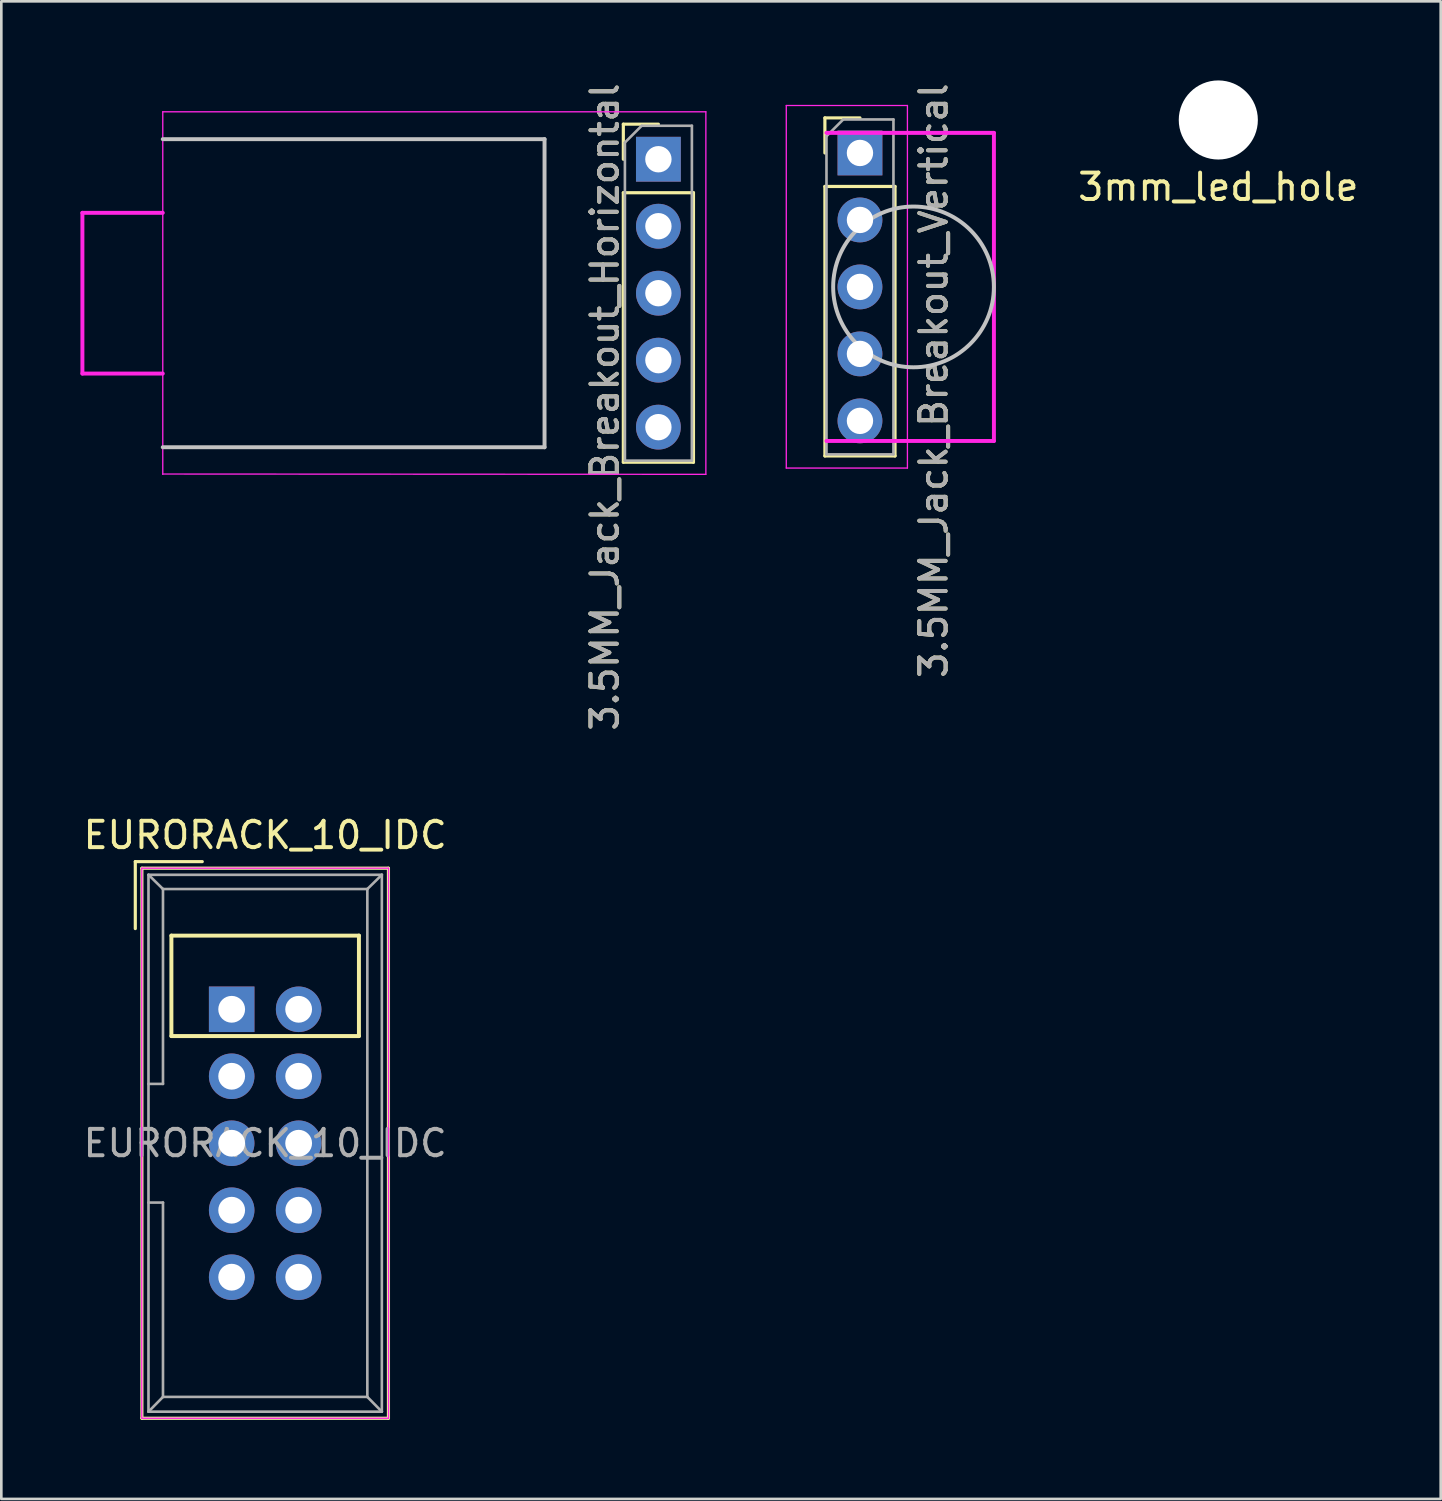
<source format=kicad_pcb>
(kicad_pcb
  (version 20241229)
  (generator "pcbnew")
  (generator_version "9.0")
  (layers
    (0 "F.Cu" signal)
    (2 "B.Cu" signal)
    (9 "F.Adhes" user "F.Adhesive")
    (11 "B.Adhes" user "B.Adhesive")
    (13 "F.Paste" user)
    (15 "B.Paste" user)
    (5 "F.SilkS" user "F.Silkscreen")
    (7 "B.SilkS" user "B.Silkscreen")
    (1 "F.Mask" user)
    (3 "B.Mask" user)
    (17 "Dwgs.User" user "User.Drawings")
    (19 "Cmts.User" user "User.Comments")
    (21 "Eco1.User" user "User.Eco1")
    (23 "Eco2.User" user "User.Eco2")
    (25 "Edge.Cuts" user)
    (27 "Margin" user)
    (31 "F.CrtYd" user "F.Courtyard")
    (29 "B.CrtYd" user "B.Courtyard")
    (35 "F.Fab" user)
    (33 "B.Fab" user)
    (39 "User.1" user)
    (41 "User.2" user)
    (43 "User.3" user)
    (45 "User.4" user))
  (footprint "EURORACK_10_IDC"
    (layer "F.Cu")
    (at 5.736 35.226)
    (property "Reference" "EURORACK_10_IDC" (at 1.27 -6.604 0) (layer "F.SilkS") (effects (font (size 1 1) (thickness 0.15))))
    (attr through_hole)
    (fp_line (start -3.655 -5.6) (end -3.655 -3.06) (stroke (width 0.12) (type solid)) (layer "F.SilkS"))
    (fp_line (start -3.655 -5.6) (end -1.115 -5.6) (stroke (width 0.12) (type solid)) (layer "F.SilkS"))
    (fp_line (start -3.405 -5.35) (end 5.945 -5.35) (stroke (width 0.12) (type solid)) (layer "F.SilkS"))
    (fp_line (start -3.405 15.51) (end -3.405 -5.35) (stroke (width 0.12) (type solid)) (layer "F.SilkS"))
    (fp_line (start -2.286 -2.794) (end 4.826 -2.794) (stroke (width 0.15) (type solid)) (layer "F.SilkS"))
    (fp_line (start -2.286 1.016) (end -2.286 -2.794) (stroke (width 0.15) (type solid)) (layer "F.SilkS"))
    (fp_line (start 4.826 -2.794) (end 4.826 1.016) (stroke (width 0.15) (type solid)) (layer "F.SilkS"))
    (fp_line (start 4.826 1.016) (end -2.286 1.016) (stroke (width 0.15) (type solid)) (layer "F.SilkS"))
    (fp_line (start 5.945 -5.35) (end 5.945 15.51) (stroke (width 0.12) (type solid)) (layer "F.SilkS"))
    (fp_line (start 5.945 15.51) (end -3.405 15.51) (stroke (width 0.12) (type solid)) (layer "F.SilkS"))
    (fp_line (start -3.41 -5.35) (end 5.95 -5.35) (stroke (width 0.05) (type solid)) (layer "F.CrtYd"))
    (fp_line (start -3.41 15.51) (end -3.41 -5.35) (stroke (width 0.05) (type solid)) (layer "F.CrtYd"))
    (fp_line (start 5.95 -5.35) (end 5.95 15.51) (stroke (width 0.05) (type solid)) (layer "F.CrtYd"))
    (fp_line (start 5.95 15.51) (end -3.41 15.51) (stroke (width 0.05) (type solid)) (layer "F.CrtYd"))
    (fp_line (start -3.155 -5.1) (end -3.155 15.26) (stroke (width 0.1) (type solid)) (layer "F.Fab"))
    (fp_line (start -3.155 -5.1) (end -2.605 -4.56) (stroke (width 0.1) (type solid)) (layer "F.Fab"))
    (fp_line (start -3.155 15.26) (end -2.605 14.7) (stroke (width 0.1) (type solid)) (layer "F.Fab"))
    (fp_line (start -2.605 -4.56) (end -2.605 2.83) (stroke (width 0.1) (type solid)) (layer "F.Fab"))
    (fp_line (start -2.605 2.83) (end -3.155 2.83) (stroke (width 0.1) (type solid)) (layer "F.Fab"))
    (fp_line (start -2.605 7.33) (end -3.155 7.33) (stroke (width 0.1) (type solid)) (layer "F.Fab"))
    (fp_line (start -2.605 7.33) (end -2.605 14.7) (stroke (width 0.1) (type solid)) (layer "F.Fab"))
    (fp_line (start 5.145 -4.56) (end -2.605 -4.56) (stroke (width 0.1) (type solid)) (layer "F.Fab"))
    (fp_line (start 5.145 -4.56) (end 5.145 14.7) (stroke (width 0.1) (type solid)) (layer "F.Fab"))
    (fp_line (start 5.145 14.7) (end -2.605 14.7) (stroke (width 0.1) (type solid)) (layer "F.Fab"))
    (fp_line (start 5.695 -5.1) (end -3.155 -5.1) (stroke (width 0.1) (type solid)) (layer "F.Fab"))
    (fp_line (start 5.695 -5.1) (end 5.145 -4.56) (stroke (width 0.1) (type solid)) (layer "F.Fab"))
    (fp_line (start 5.695 -5.1) (end 5.695 15.26) (stroke (width 0.1) (type solid)) (layer "F.Fab"))
    (fp_line (start 5.695 15.26) (end -3.155 15.26) (stroke (width 0.1) (type solid)) (layer "F.Fab"))
    (fp_line (start 5.695 15.26) (end 5.145 14.7) (stroke (width 0.1) (type solid)) (layer "F.Fab"))
    (fp_text user "${REFERENCE}" (at 1.27 5.08 0) (layer "F.Fab") (effects (font (size 1 1) (thickness 0.15))))
    (pad "1" thru_hole rect (at 0 0) (size 1.727 1.727) (drill 1.016) (layers "*.Cu" "*.Mask"))
    (pad "1" thru_hole oval (at 2.54 0) (size 1.727 1.727) (drill 1.016) (layers "*.Cu" "*.Mask"))
    (pad "3" thru_hole oval (at 0 2.54) (size 1.727 1.727) (drill 1.016) (layers "*.Cu" "*.Mask"))
    (pad "3" thru_hole oval (at 0 5.08) (size 1.727 1.727) (drill 1.016) (layers "*.Cu" "*.Mask"))
    (pad "3" thru_hole oval (at 0 7.62) (size 1.727 1.727) (drill 1.016) (layers "*.Cu" "*.Mask"))
    (pad "3" thru_hole oval (at 2.54 2.54) (size 1.727 1.727) (drill 1.016) (layers "*.Cu" "*.Mask"))
    (pad "3" thru_hole oval (at 2.54 5.08) (size 1.727 1.727) (drill 1.016) (layers "*.Cu" "*.Mask"))
    (pad "3" thru_hole oval (at 2.54 7.62) (size 1.727 1.727) (drill 1.016) (layers "*.Cu" "*.Mask"))
    (pad "9" thru_hole oval (at 0 10.16) (size 1.727 1.727) (drill 1.016) (layers "*.Cu" "*.Mask"))
    (pad "9" thru_hole oval (at 2.54 10.16) (size 1.727 1.727) (drill 1.016) (layers "*.Cu" "*.Mask")))
  (footprint "3.5MM_Jack_Breakout_Vertical"
    (layer "F.Cu")
    (at 31.595 7.831)
    (property "Reference" "3.5MM_Jack_Breakout_Vertical" (at 0.762 3.556 90) (layer "F.SilkS") (effects (font (size 1 1) (thickness 0.15))))
    (attr through_hole)
    (fp_line (start -3.362 -6.41) (end -2.032 -6.41) (stroke (width 0.12) (type solid)) (layer "F.SilkS"))
    (fp_line (start -3.362 -5.08) (end -3.362 -6.41) (stroke (width 0.12) (type solid)) (layer "F.SilkS"))
    (fp_line (start -3.362 -3.81) (end -3.362 6.41) (stroke (width 0.12) (type solid)) (layer "F.SilkS"))
    (fp_line (start -3.362 -3.81) (end -0.702 -3.81) (stroke (width 0.12) (type solid)) (layer "F.SilkS"))
    (fp_line (start -3.362 6.41) (end -0.702 6.41) (stroke (width 0.12) (type solid)) (layer "F.SilkS"))
    (fp_line (start -0.702 -3.81) (end -0.702 6.41) (stroke (width 0.12) (type solid)) (layer "F.SilkS"))
    (fp_circle (center 0 0) (end 3.048 0) (stroke (width 0.15) (type solid)) (fill no) (layer "Dwgs.User"))
    (fp_line (start -4.826 -6.88) (end -4.826 6.87) (stroke (width 0.05) (type solid)) (layer "F.CrtYd"))
    (fp_line (start -4.826 6.87) (end -0.232 6.87) (stroke (width 0.05) (type solid)) (layer "F.CrtYd"))
    (fp_line (start -3.302 5.842) (end 3.048 5.842) (stroke (width 0.15) (type solid)) (layer "F.CrtYd"))
    (fp_line (start -0.232 -6.88) (end -4.826 -6.88) (stroke (width 0.05) (type solid)) (layer "F.CrtYd"))
    (fp_line (start -0.232 6.87) (end -0.232 -6.88) (stroke (width 0.05) (type solid)) (layer "F.CrtYd"))
    (fp_line (start 3.048 -5.842) (end -3.302 -5.842) (stroke (width 0.15) (type solid)) (layer "F.CrtYd"))
    (fp_line (start 3.048 5.842) (end 3.048 -5.842) (stroke (width 0.15) (type solid)) (layer "F.CrtYd"))
    (fp_line (start -3.302 -5.715) (end -2.667 -6.35) (stroke (width 0.1) (type solid)) (layer "F.Fab"))
    (fp_line (start -3.302 6.35) (end -3.302 -5.715) (stroke (width 0.1) (type solid)) (layer "F.Fab"))
    (fp_line (start -2.667 -6.35) (end -0.762 -6.35) (stroke (width 0.1) (type solid)) (layer "F.Fab"))
    (fp_line (start -0.762 -6.35) (end -0.762 6.35) (stroke (width 0.1) (type solid)) (layer "F.Fab"))
    (fp_line (start -0.762 6.35) (end -3.302 6.35) (stroke (width 0.1) (type solid)) (layer "F.Fab"))
    (fp_text user "${REFERENCE}" (at 0.762 3.556 90) (layer "F.Fab") (effects (font (size 1 1) (thickness 0.15))))
    (pad "G" thru_hole rect (at -2.032 -5.08) (size 1.7 1.7) (drill 1) (layers "*.Cu" "*.Mask"))
    (pad "S" thru_hole oval (at -2.032 -2.54) (size 1.7 1.7) (drill 1) (layers "*.Cu" "*.Mask"))
    (pad "SN" thru_hole oval (at -2.032 0) (size 1.7 1.7) (drill 1) (layers "*.Cu" "*.Mask"))
    (pad "T" thru_hole oval (at -2.032 2.54) (size 1.7 1.7) (drill 1) (layers "*.Cu" "*.Mask"))
    (pad "TN" thru_hole oval (at -2.032 5.08) (size 1.7 1.7) (drill 1) (layers "*.Cu" "*.Mask")))
  (footprint "3mm_led_hole"
    (layer "F.Cu")
    (at 43.153 1.5)
    (property "Reference" "3mm_led_hole" (at 0 2.54 0) (unlocked yes) (layer "F.SilkS") (effects (font (size 1 1) (thickness 0.15))))
    (attr through_hole)
    (pad "" np_thru_hole circle (at 0 0) (size 3 3) (drill 3) (layers "*.Cu" "*.Mask")))
  (footprint "3.5MM_Jack_Breakout_Horizontal"
    (layer "F.Cu")
    (at 21.919 2.989)
    (property "Reference" "3.5MM_Jack_Breakout_Horizontal" (at -2.032 9.398 90) (layer "F.SilkS") (effects (font (size 1 1) (thickness 0.15))))
    (attr through_hole)
    (fp_line (start -1.33 -1.33) (end 0 -1.33) (stroke (width 0.12) (type solid)) (layer "F.SilkS"))
    (fp_line (start -1.33 0) (end -1.33 -1.33) (stroke (width 0.12) (type solid)) (layer "F.SilkS"))
    (fp_line (start -1.33 1.27) (end -1.33 11.49) (stroke (width 0.12) (type solid)) (layer "F.SilkS"))
    (fp_line (start -1.33 1.27) (end 1.33 1.27) (stroke (width 0.12) (type solid)) (layer "F.SilkS"))
    (fp_line (start -1.33 11.49) (end 1.33 11.49) (stroke (width 0.12) (type solid)) (layer "F.SilkS"))
    (fp_line (start 1.33 1.27) (end 1.33 11.49) (stroke (width 0.12) (type solid)) (layer "F.SilkS"))
    (fp_line (start -18.796 -0.762) (end -4.318 -0.762) (stroke (width 0.15) (type solid)) (layer "Dwgs.User"))
    (fp_line (start -4.318 -0.762) (end -4.318 10.922) (stroke (width 0.15) (type solid)) (layer "Dwgs.User"))
    (fp_line (start -4.318 10.922) (end -18.796 10.922) (stroke (width 0.15) (type solid)) (layer "Dwgs.User"))
    (fp_line (start -21.844 2.032) (end -21.844 8.128) (stroke (width 0.15) (type solid)) (layer "F.CrtYd"))
    (fp_line (start -21.844 8.128) (end -18.796 8.128) (stroke (width 0.15) (type solid)) (layer "F.CrtYd"))
    (fp_line (start -18.796 -1.8) (end -18.796 11.95) (stroke (width 0.05) (type solid)) (layer "F.CrtYd"))
    (fp_line (start -18.796 2.032) (end -21.844 2.032) (stroke (width 0.15) (type solid)) (layer "F.CrtYd"))
    (fp_line (start -18.796 11.938) (end 1.8 11.95) (stroke (width 0.05) (type solid)) (layer "F.CrtYd"))
    (fp_line (start 1.8 -1.8) (end -18.796 -1.8) (stroke (width 0.05) (type solid)) (layer "F.CrtYd"))
    (fp_line (start 1.8 11.95) (end 1.8 -1.8) (stroke (width 0.05) (type solid)) (layer "F.CrtYd"))
    (fp_line (start -1.27 -0.635) (end -0.635 -1.27) (stroke (width 0.1) (type solid)) (layer "F.Fab"))
    (fp_line (start -1.27 11.43) (end -1.27 -0.635) (stroke (width 0.1) (type solid)) (layer "F.Fab"))
    (fp_line (start -0.635 -1.27) (end 1.27 -1.27) (stroke (width 0.1) (type solid)) (layer "F.Fab"))
    (fp_line (start 1.27 -1.27) (end 1.27 11.43) (stroke (width 0.1) (type solid)) (layer "F.Fab"))
    (fp_line (start 1.27 11.43) (end -1.27 11.43) (stroke (width 0.1) (type solid)) (layer "F.Fab"))
    (fp_text user "${REFERENCE}" (at -2.032 9.398 90) (layer "F.Fab") (effects (font (size 1 1) (thickness 0.15))))
    (pad "G" thru_hole rect (at 0 0) (size 1.7 1.7) (drill 1) (layers "*.Cu" "*.Mask"))
    (pad "S" thru_hole oval (at 0 2.54) (size 1.7 1.7) (drill 1) (layers "*.Cu" "*.Mask"))
    (pad "SN" thru_hole oval (at 0 5.08) (size 1.7 1.7) (drill 1) (layers "*.Cu" "*.Mask"))
    (pad "T" thru_hole oval (at 0 7.62) (size 1.7 1.7) (drill 1) (layers "*.Cu" "*.Mask"))
    (pad "TN" thru_hole oval (at 0 10.16) (size 1.7 1.7) (drill 1) (layers "*.Cu" "*.Mask")))
  (gr_rect
    (start -3 -3)
    (end 51.587 53.796)
    (stroke (width 0.1) (type default))
    (fill no)
    (layer "Edge.Cuts")))
</source>
